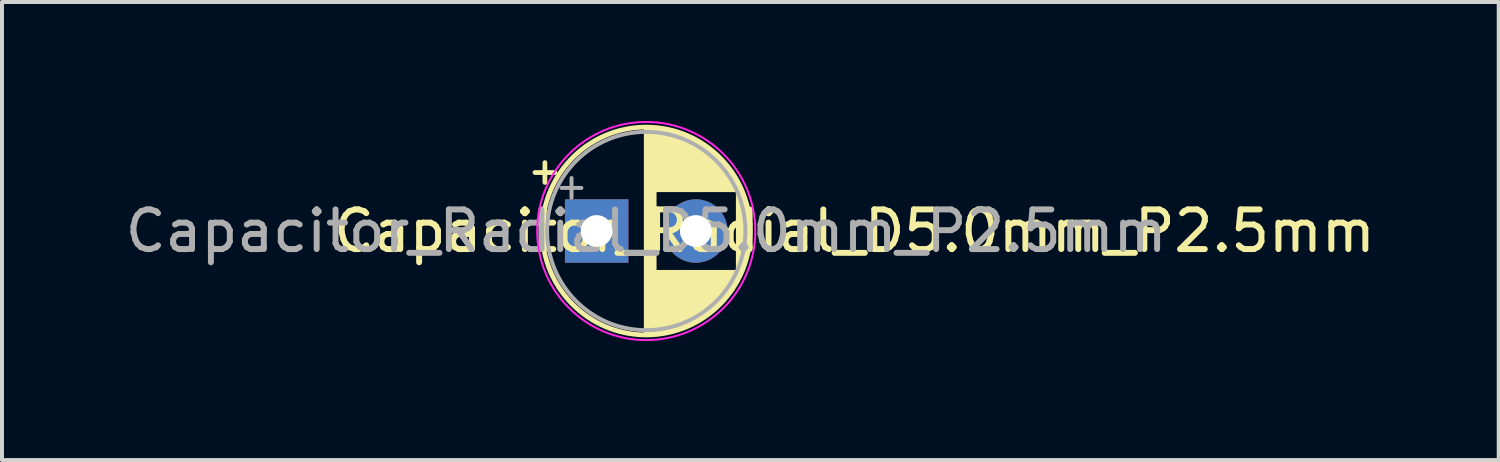
<source format=kicad_pcb>
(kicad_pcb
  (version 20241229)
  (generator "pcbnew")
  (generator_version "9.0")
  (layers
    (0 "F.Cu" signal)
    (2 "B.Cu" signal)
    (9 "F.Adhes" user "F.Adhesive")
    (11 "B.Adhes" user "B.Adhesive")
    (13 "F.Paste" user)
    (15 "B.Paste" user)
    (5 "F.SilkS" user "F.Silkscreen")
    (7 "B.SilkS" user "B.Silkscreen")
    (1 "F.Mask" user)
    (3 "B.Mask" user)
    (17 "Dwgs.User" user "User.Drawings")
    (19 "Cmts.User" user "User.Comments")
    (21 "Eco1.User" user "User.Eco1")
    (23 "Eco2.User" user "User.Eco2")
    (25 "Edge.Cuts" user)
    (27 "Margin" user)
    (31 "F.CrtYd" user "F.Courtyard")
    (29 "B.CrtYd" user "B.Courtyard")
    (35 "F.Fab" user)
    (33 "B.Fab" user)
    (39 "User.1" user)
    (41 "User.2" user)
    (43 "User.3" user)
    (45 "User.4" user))
  (footprint "Capacitor_Radial_D5.0mm_P2.5mm"
    (layer "F.Cu")
    (at 11.994 2.775)
    (property "Reference" "Capacitor_Radial_D5.0mm_P2.5mm" (at 6.5 0 0) (layer "F.SilkS") (effects (font (size 1 1) (thickness 0.15))))
    (attr through_hole)
    (fp_line (start -1.555 -1.475) (end -1.055 -1.475) (stroke (width 0.12) (type solid)) (layer "F.SilkS"))
    (fp_line (start -1.305 -1.725) (end -1.305 -1.225) (stroke (width 0.12) (type solid)) (layer "F.SilkS"))
    (fp_line (start 1.25 -2.58) (end 1.25 2.58) (stroke (width 0.12) (type solid)) (layer "F.SilkS"))
    (fp_line (start 1.29 -2.58) (end 1.29 2.58) (stroke (width 0.12) (type solid)) (layer "F.SilkS"))
    (fp_line (start 1.33 -2.579) (end 1.33 2.579) (stroke (width 0.12) (type solid)) (layer "F.SilkS"))
    (fp_line (start 1.37 -2.578) (end 1.37 2.578) (stroke (width 0.12) (type solid)) (layer "F.SilkS"))
    (fp_line (start 1.41 -2.576) (end 1.41 2.576) (stroke (width 0.12) (type solid)) (layer "F.SilkS"))
    (fp_line (start 1.45 -2.573) (end 1.45 2.573) (stroke (width 0.12) (type solid)) (layer "F.SilkS"))
    (fp_line (start 1.49 -2.569) (end 1.49 -1.04) (stroke (width 0.12) (type solid)) (layer "F.SilkS"))
    (fp_line (start 1.49 1.04) (end 1.49 2.569) (stroke (width 0.12) (type solid)) (layer "F.SilkS"))
    (fp_line (start 1.53 -2.565) (end 1.53 -1.04) (stroke (width 0.12) (type solid)) (layer "F.SilkS"))
    (fp_line (start 1.53 1.04) (end 1.53 2.565) (stroke (width 0.12) (type solid)) (layer "F.SilkS"))
    (fp_line (start 1.57 -2.561) (end 1.57 -1.04) (stroke (width 0.12) (type solid)) (layer "F.SilkS"))
    (fp_line (start 1.57 1.04) (end 1.57 2.561) (stroke (width 0.12) (type solid)) (layer "F.SilkS"))
    (fp_line (start 1.61 -2.556) (end 1.61 -1.04) (stroke (width 0.12) (type solid)) (layer "F.SilkS"))
    (fp_line (start 1.61 1.04) (end 1.61 2.556) (stroke (width 0.12) (type solid)) (layer "F.SilkS"))
    (fp_line (start 1.65 -2.55) (end 1.65 -1.04) (stroke (width 0.12) (type solid)) (layer "F.SilkS"))
    (fp_line (start 1.65 1.04) (end 1.65 2.55) (stroke (width 0.12) (type solid)) (layer "F.SilkS"))
    (fp_line (start 1.69 -2.543) (end 1.69 -1.04) (stroke (width 0.12) (type solid)) (layer "F.SilkS"))
    (fp_line (start 1.69 1.04) (end 1.69 2.543) (stroke (width 0.12) (type solid)) (layer "F.SilkS"))
    (fp_line (start 1.73 -2.536) (end 1.73 -1.04) (stroke (width 0.12) (type solid)) (layer "F.SilkS"))
    (fp_line (start 1.73 1.04) (end 1.73 2.536) (stroke (width 0.12) (type solid)) (layer "F.SilkS"))
    (fp_line (start 1.77 -2.528) (end 1.77 -1.04) (stroke (width 0.12) (type solid)) (layer "F.SilkS"))
    (fp_line (start 1.77 1.04) (end 1.77 2.528) (stroke (width 0.12) (type solid)) (layer "F.SilkS"))
    (fp_line (start 1.81 -2.52) (end 1.81 -1.04) (stroke (width 0.12) (type solid)) (layer "F.SilkS"))
    (fp_line (start 1.81 1.04) (end 1.81 2.52) (stroke (width 0.12) (type solid)) (layer "F.SilkS"))
    (fp_line (start 1.85 -2.511) (end 1.85 -1.04) (stroke (width 0.12) (type solid)) (layer "F.SilkS"))
    (fp_line (start 1.85 1.04) (end 1.85 2.511) (stroke (width 0.12) (type solid)) (layer "F.SilkS"))
    (fp_line (start 1.89 -2.501) (end 1.89 -1.04) (stroke (width 0.12) (type solid)) (layer "F.SilkS"))
    (fp_line (start 1.89 1.04) (end 1.89 2.501) (stroke (width 0.12) (type solid)) (layer "F.SilkS"))
    (fp_line (start 1.93 -2.491) (end 1.93 -1.04) (stroke (width 0.12) (type solid)) (layer "F.SilkS"))
    (fp_line (start 1.93 1.04) (end 1.93 2.491) (stroke (width 0.12) (type solid)) (layer "F.SilkS"))
    (fp_line (start 1.971 -2.48) (end 1.971 -1.04) (stroke (width 0.12) (type solid)) (layer "F.SilkS"))
    (fp_line (start 1.971 1.04) (end 1.971 2.48) (stroke (width 0.12) (type solid)) (layer "F.SilkS"))
    (fp_line (start 2.011 -2.468) (end 2.011 -1.04) (stroke (width 0.12) (type solid)) (layer "F.SilkS"))
    (fp_line (start 2.011 1.04) (end 2.011 2.468) (stroke (width 0.12) (type solid)) (layer "F.SilkS"))
    (fp_line (start 2.051 -2.455) (end 2.051 -1.04) (stroke (width 0.12) (type solid)) (layer "F.SilkS"))
    (fp_line (start 2.051 1.04) (end 2.051 2.455) (stroke (width 0.12) (type solid)) (layer "F.SilkS"))
    (fp_line (start 2.091 -2.442) (end 2.091 -1.04) (stroke (width 0.12) (type solid)) (layer "F.SilkS"))
    (fp_line (start 2.091 1.04) (end 2.091 2.442) (stroke (width 0.12) (type solid)) (layer "F.SilkS"))
    (fp_line (start 2.131 -2.428) (end 2.131 -1.04) (stroke (width 0.12) (type solid)) (layer "F.SilkS"))
    (fp_line (start 2.131 1.04) (end 2.131 2.428) (stroke (width 0.12) (type solid)) (layer "F.SilkS"))
    (fp_line (start 2.171 -2.414) (end 2.171 -1.04) (stroke (width 0.12) (type solid)) (layer "F.SilkS"))
    (fp_line (start 2.171 1.04) (end 2.171 2.414) (stroke (width 0.12) (type solid)) (layer "F.SilkS"))
    (fp_line (start 2.211 -2.398) (end 2.211 -1.04) (stroke (width 0.12) (type solid)) (layer "F.SilkS"))
    (fp_line (start 2.211 1.04) (end 2.211 2.398) (stroke (width 0.12) (type solid)) (layer "F.SilkS"))
    (fp_line (start 2.251 -2.382) (end 2.251 -1.04) (stroke (width 0.12) (type solid)) (layer "F.SilkS"))
    (fp_line (start 2.251 1.04) (end 2.251 2.382) (stroke (width 0.12) (type solid)) (layer "F.SilkS"))
    (fp_line (start 2.291 -2.365) (end 2.291 -1.04) (stroke (width 0.12) (type solid)) (layer "F.SilkS"))
    (fp_line (start 2.291 1.04) (end 2.291 2.365) (stroke (width 0.12) (type solid)) (layer "F.SilkS"))
    (fp_line (start 2.331 -2.348) (end 2.331 -1.04) (stroke (width 0.12) (type solid)) (layer "F.SilkS"))
    (fp_line (start 2.331 1.04) (end 2.331 2.348) (stroke (width 0.12) (type solid)) (layer "F.SilkS"))
    (fp_line (start 2.371 -2.329) (end 2.371 -1.04) (stroke (width 0.12) (type solid)) (layer "F.SilkS"))
    (fp_line (start 2.371 1.04) (end 2.371 2.329) (stroke (width 0.12) (type solid)) (layer "F.SilkS"))
    (fp_line (start 2.411 -2.31) (end 2.411 -1.04) (stroke (width 0.12) (type solid)) (layer "F.SilkS"))
    (fp_line (start 2.411 1.04) (end 2.411 2.31) (stroke (width 0.12) (type solid)) (layer "F.SilkS"))
    (fp_line (start 2.451 -2.29) (end 2.451 -1.04) (stroke (width 0.12) (type solid)) (layer "F.SilkS"))
    (fp_line (start 2.451 1.04) (end 2.451 2.29) (stroke (width 0.12) (type solid)) (layer "F.SilkS"))
    (fp_line (start 2.491 -2.268) (end 2.491 -1.04) (stroke (width 0.12) (type solid)) (layer "F.SilkS"))
    (fp_line (start 2.491 1.04) (end 2.491 2.268) (stroke (width 0.12) (type solid)) (layer "F.SilkS"))
    (fp_line (start 2.531 -2.247) (end 2.531 -1.04) (stroke (width 0.12) (type solid)) (layer "F.SilkS"))
    (fp_line (start 2.531 1.04) (end 2.531 2.247) (stroke (width 0.12) (type solid)) (layer "F.SilkS"))
    (fp_line (start 2.571 -2.224) (end 2.571 -1.04) (stroke (width 0.12) (type solid)) (layer "F.SilkS"))
    (fp_line (start 2.571 1.04) (end 2.571 2.224) (stroke (width 0.12) (type solid)) (layer "F.SilkS"))
    (fp_line (start 2.611 -2.2) (end 2.611 -1.04) (stroke (width 0.12) (type solid)) (layer "F.SilkS"))
    (fp_line (start 2.611 1.04) (end 2.611 2.2) (stroke (width 0.12) (type solid)) (layer "F.SilkS"))
    (fp_line (start 2.651 -2.175) (end 2.651 -1.04) (stroke (width 0.12) (type solid)) (layer "F.SilkS"))
    (fp_line (start 2.651 1.04) (end 2.651 2.175) (stroke (width 0.12) (type solid)) (layer "F.SilkS"))
    (fp_line (start 2.691 -2.149) (end 2.691 -1.04) (stroke (width 0.12) (type solid)) (layer "F.SilkS"))
    (fp_line (start 2.691 1.04) (end 2.691 2.149) (stroke (width 0.12) (type solid)) (layer "F.SilkS"))
    (fp_line (start 2.731 -2.122) (end 2.731 -1.04) (stroke (width 0.12) (type solid)) (layer "F.SilkS"))
    (fp_line (start 2.731 1.04) (end 2.731 2.122) (stroke (width 0.12) (type solid)) (layer "F.SilkS"))
    (fp_line (start 2.771 -2.095) (end 2.771 -1.04) (stroke (width 0.12) (type solid)) (layer "F.SilkS"))
    (fp_line (start 2.771 1.04) (end 2.771 2.095) (stroke (width 0.12) (type solid)) (layer "F.SilkS"))
    (fp_line (start 2.811 -2.065) (end 2.811 -1.04) (stroke (width 0.12) (type solid)) (layer "F.SilkS"))
    (fp_line (start 2.811 1.04) (end 2.811 2.065) (stroke (width 0.12) (type solid)) (layer "F.SilkS"))
    (fp_line (start 2.851 -2.035) (end 2.851 -1.04) (stroke (width 0.12) (type solid)) (layer "F.SilkS"))
    (fp_line (start 2.851 1.04) (end 2.851 2.035) (stroke (width 0.12) (type solid)) (layer "F.SilkS"))
    (fp_line (start 2.891 -2.004) (end 2.891 -1.04) (stroke (width 0.12) (type solid)) (layer "F.SilkS"))
    (fp_line (start 2.891 1.04) (end 2.891 2.004) (stroke (width 0.12) (type solid)) (layer "F.SilkS"))
    (fp_line (start 2.931 -1.971) (end 2.931 -1.04) (stroke (width 0.12) (type solid)) (layer "F.SilkS"))
    (fp_line (start 2.931 1.04) (end 2.931 1.971) (stroke (width 0.12) (type solid)) (layer "F.SilkS"))
    (fp_line (start 2.971 -1.937) (end 2.971 -1.04) (stroke (width 0.12) (type solid)) (layer "F.SilkS"))
    (fp_line (start 2.971 1.04) (end 2.971 1.937) (stroke (width 0.12) (type solid)) (layer "F.SilkS"))
    (fp_line (start 3.011 -1.901) (end 3.011 -1.04) (stroke (width 0.12) (type solid)) (layer "F.SilkS"))
    (fp_line (start 3.011 1.04) (end 3.011 1.901) (stroke (width 0.12) (type solid)) (layer "F.SilkS"))
    (fp_line (start 3.051 -1.864) (end 3.051 -1.04) (stroke (width 0.12) (type solid)) (layer "F.SilkS"))
    (fp_line (start 3.051 1.04) (end 3.051 1.864) (stroke (width 0.12) (type solid)) (layer "F.SilkS"))
    (fp_line (start 3.091 -1.826) (end 3.091 -1.04) (stroke (width 0.12) (type solid)) (layer "F.SilkS"))
    (fp_line (start 3.091 1.04) (end 3.091 1.826) (stroke (width 0.12) (type solid)) (layer "F.SilkS"))
    (fp_line (start 3.131 -1.785) (end 3.131 -1.04) (stroke (width 0.12) (type solid)) (layer "F.SilkS"))
    (fp_line (start 3.131 1.04) (end 3.131 1.785) (stroke (width 0.12) (type solid)) (layer "F.SilkS"))
    (fp_line (start 3.171 -1.743) (end 3.171 -1.04) (stroke (width 0.12) (type solid)) (layer "F.SilkS"))
    (fp_line (start 3.171 1.04) (end 3.171 1.743) (stroke (width 0.12) (type solid)) (layer "F.SilkS"))
    (fp_line (start 3.211 -1.699) (end 3.211 -1.04) (stroke (width 0.12) (type solid)) (layer "F.SilkS"))
    (fp_line (start 3.211 1.04) (end 3.211 1.699) (stroke (width 0.12) (type solid)) (layer "F.SilkS"))
    (fp_line (start 3.251 -1.653) (end 3.251 -1.04) (stroke (width 0.12) (type solid)) (layer "F.SilkS"))
    (fp_line (start 3.251 1.04) (end 3.251 1.653) (stroke (width 0.12) (type solid)) (layer "F.SilkS"))
    (fp_line (start 3.291 -1.605) (end 3.291 -1.04) (stroke (width 0.12) (type solid)) (layer "F.SilkS"))
    (fp_line (start 3.291 1.04) (end 3.291 1.605) (stroke (width 0.12) (type solid)) (layer "F.SilkS"))
    (fp_line (start 3.331 -1.554) (end 3.331 -1.04) (stroke (width 0.12) (type solid)) (layer "F.SilkS"))
    (fp_line (start 3.331 1.04) (end 3.331 1.554) (stroke (width 0.12) (type solid)) (layer "F.SilkS"))
    (fp_line (start 3.371 -1.5) (end 3.371 -1.04) (stroke (width 0.12) (type solid)) (layer "F.SilkS"))
    (fp_line (start 3.371 1.04) (end 3.371 1.5) (stroke (width 0.12) (type solid)) (layer "F.SilkS"))
    (fp_line (start 3.411 -1.443) (end 3.411 -1.04) (stroke (width 0.12) (type solid)) (layer "F.SilkS"))
    (fp_line (start 3.411 1.04) (end 3.411 1.443) (stroke (width 0.12) (type solid)) (layer "F.SilkS"))
    (fp_line (start 3.451 -1.383) (end 3.451 -1.04) (stroke (width 0.12) (type solid)) (layer "F.SilkS"))
    (fp_line (start 3.451 1.04) (end 3.451 1.383) (stroke (width 0.12) (type solid)) (layer "F.SilkS"))
    (fp_line (start 3.491 -1.319) (end 3.491 -1.04) (stroke (width 0.12) (type solid)) (layer "F.SilkS"))
    (fp_line (start 3.491 1.04) (end 3.491 1.319) (stroke (width 0.12) (type solid)) (layer "F.SilkS"))
    (fp_line (start 3.531 -1.251) (end 3.531 -1.04) (stroke (width 0.12) (type solid)) (layer "F.SilkS"))
    (fp_line (start 3.531 1.04) (end 3.531 1.251) (stroke (width 0.12) (type solid)) (layer "F.SilkS"))
    (fp_line (start 3.571 -1.178) (end 3.571 1.178) (stroke (width 0.12) (type solid)) (layer "F.SilkS"))
    (fp_line (start 3.611 -1.098) (end 3.611 1.098) (stroke (width 0.12) (type solid)) (layer "F.SilkS"))
    (fp_line (start 3.651 -1.011) (end 3.651 1.011) (stroke (width 0.12) (type solid)) (layer "F.SilkS"))
    (fp_line (start 3.691 -0.915) (end 3.691 0.915) (stroke (width 0.12) (type solid)) (layer "F.SilkS"))
    (fp_line (start 3.731 -0.805) (end 3.731 0.805) (stroke (width 0.12) (type solid)) (layer "F.SilkS"))
    (fp_line (start 3.771 -0.677) (end 3.771 0.677) (stroke (width 0.12) (type solid)) (layer "F.SilkS"))
    (fp_line (start 3.811 -0.518) (end 3.811 0.518) (stroke (width 0.12) (type solid)) (layer "F.SilkS"))
    (fp_line (start 3.851 -0.284) (end 3.851 0.284) (stroke (width 0.12) (type solid)) (layer "F.SilkS"))
    (fp_circle (center 1.25 0) (end 3.87 0) (stroke (width 0.12) (type solid)) (fill no) (layer "F.SilkS"))
    (fp_circle (center 1.25 0) (end 4 0) (stroke (width 0.05) (type solid)) (fill no) (layer "F.CrtYd"))
    (fp_line (start -0.884 -1.087) (end -0.384 -1.087) (stroke (width 0.1) (type solid)) (layer "F.Fab"))
    (fp_line (start -0.634 -1.337) (end -0.634 -0.838) (stroke (width 0.1) (type solid)) (layer "F.Fab"))
    (fp_circle (center 1.25 0) (end 3.75 0) (stroke (width 0.1) (type solid)) (fill no) (layer "F.Fab"))
    (fp_text user "${REFERENCE}" (at 1.25 0 0) (layer "F.Fab") (effects (font (size 1 1) (thickness 0.15))))
    (pad "1" thru_hole rect (at 0 0) (size 1.6 1.6) (drill 0.8) (layers "*.Cu" "*.Mask"))
    (pad "2" thru_hole circle (at 2.5 0) (size 1.6 1.6) (drill 0.8) (layers "*.Cu" "*.Mask")))
  (gr_rect
    (start -3 -3)
    (end 34.738 8.55)
    (stroke (width 0.1) (type default))
    (fill no)
    (layer "Edge.Cuts")))
</source>
